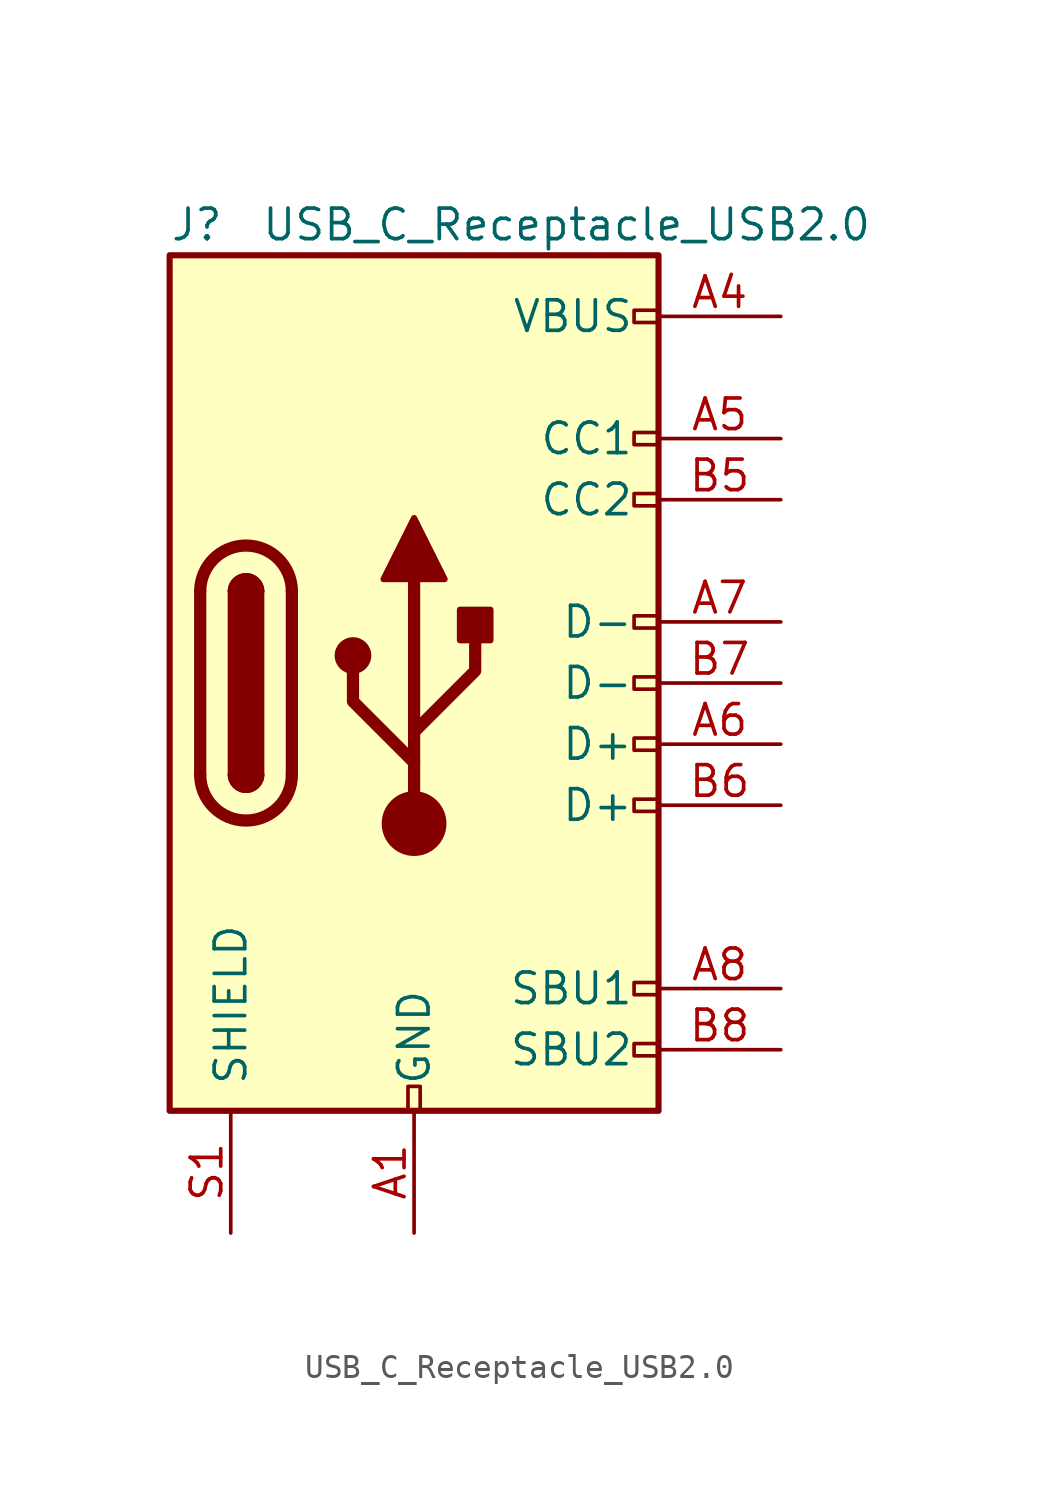
<source format=kicad_sym>
(kicad_symbol_lib
  (version 20220914)
  (generator kicad_symbol_editor)
  (symbol "USB_C_Receptacle_USB2.0"
    (pin_names
      (offset 1.016))
    (property "Reference" "J"
      (at -10.16 19.05 0)
      (effects (font (size 1.27 1.27)) (justify left)))
    (property "Value" "USB_C_Receptacle_USB2.0"
      (at 19.05 19.05 0)
      (effects (font (size 1.27 1.27)) (justify right)))
    (symbol "USB_C_Receptacle_USB2.0_0_0"
      (rectangle (start -0.254 -17.78) (end 0.254 -16.764) (stroke (width 0) (type default)) (fill (type none)))
      (rectangle (start 10.16 -14.986) (end 9.144 -15.494) (stroke (width 0) (type default)) (fill (type none)))
      (rectangle (start 10.16 -12.446) (end 9.144 -12.954) (stroke (width 0) (type default)) (fill (type none)))
      (rectangle (start 10.16 -4.826) (end 9.144 -5.334) (stroke (width 0) (type default)) (fill (type none)))
      (rectangle (start 10.16 -2.286) (end 9.144 -2.794) (stroke (width 0) (type default)) (fill (type none)))
      (rectangle (start 10.16 0.254) (end 9.144 -0.254) (stroke (width 0) (type default)) (fill (type none)))
      (rectangle (start 10.16 2.794) (end 9.144 2.286) (stroke (width 0) (type default)) (fill (type none)))
      (rectangle (start 10.16 7.874) (end 9.144 7.366) (stroke (width 0) (type default)) (fill (type none)))
      (rectangle (start 10.16 10.414) (end 9.144 9.906) (stroke (width 0) (type default)) (fill (type none)))
      (rectangle (start 10.16 15.494) (end 9.144 14.986) (stroke (width 0) (type default)) (fill (type none))))
    (symbol "USB_C_Receptacle_USB2.0_0_1"
      (rectangle (start -10.16 17.78) (end 10.16 -17.78) (stroke (width 0.254) (type default)) (fill (type background)))
      (arc (start -8.89 -3.81) (mid -6.985 -5.7067) (end -5.08 -3.81) (stroke (width 0.508) (type default)) (fill (type none)))
      (arc (start -7.62 -3.81) (mid -6.985 -4.4423) (end -6.35 -3.81) (stroke (width 0.254) (type default)) (fill (type none)))
      (arc (start -7.62 -3.81) (mid -6.985 -4.4423) (end -6.35 -3.81) (stroke (width 0.254) (type default)) (fill (type outline)))
      (rectangle (start -7.62 -3.81) (end -6.35 3.81) (stroke (width 0.254) (type default)) (fill (type outline)))
      (arc (start -6.35 3.81) (mid -6.985 4.4423) (end -7.62 3.81) (stroke (width 0.254) (type default)) (fill (type none)))
      (arc (start -6.35 3.81) (mid -6.985 4.4423) (end -7.62 3.81) (stroke (width 0.254) (type default)) (fill (type outline)))
      (arc (start -5.08 3.81) (mid -6.985 5.7067) (end -8.89 3.81) (stroke (width 0.508) (type default)) (fill (type none)))
      (circle (center -2.54 1.143) (radius 0.635) (stroke (width 0.254) (type default)) (fill (type outline)))
      (circle (center 0 -5.842) (radius 1.27) (stroke (width 0) (type default)) (fill (type outline)))
      (polyline (pts (xy -8.89 -3.81) (xy -8.89 3.81)) (stroke (width 0.508) (type default)) (fill (type none)))
      (polyline (pts (xy -5.08 3.81) (xy -5.08 -3.81)) (stroke (width 0.508) (type default)) (fill (type none)))
      (polyline (pts (xy 0 -5.842) (xy 0 4.318)) (stroke (width 0.508) (type default)) (fill (type none)))
      (polyline (pts (xy 0 -3.302) (xy -2.54 -0.762) (xy -2.54 0.508)) (stroke (width 0.508) (type default)) (fill (type none)))
      (polyline (pts (xy 0 -2.032) (xy 2.54 0.508) (xy 2.54 1.778)) (stroke (width 0.508) (type default)) (fill (type none)))
      (polyline (pts (xy -1.27 4.318) (xy 0 6.858) (xy 1.27 4.318) (xy -1.27 4.318)) (stroke (width 0.254) (type default)) (fill (type outline)))
      (rectangle (start 1.905 1.778) (end 3.175 3.048) (stroke (width 0.254) (type default)) (fill (type outline))))
    (symbol "USB_C_Receptacle_USB2.0_1_1"
      (pin passive line (at 0 -22.86 90) (length 5.08) (name "GND" (effects (font (size 1.27 1.27)))) (number "A1" (effects (font (size 1.27 1.27)))))
      (pin passive line (at 0 -22.86 90) (length 5.08) hide (name "GND" (effects (font (size 1.27 1.27)))) (number "A12" (effects (font (size 1.27 1.27)))))
      (pin passive line (at 15.24 15.24 180) (length 5.08) (name "VBUS" (effects (font (size 1.27 1.27)))) (number "A4" (effects (font (size 1.27 1.27)))))
      (pin bidirectional line (at 15.24 10.16 180) (length 5.08) (name "CC1" (effects (font (size 1.27 1.27)))) (number "A5" (effects (font (size 1.27 1.27)))))
      (pin bidirectional line (at 15.24 -2.54 180) (length 5.08) (name "D+" (effects (font (size 1.27 1.27)))) (number "A6" (effects (font (size 1.27 1.27)))))
      (pin bidirectional line (at 15.24 2.54 180) (length 5.08) (name "D-" (effects (font (size 1.27 1.27)))) (number "A7" (effects (font (size 1.27 1.27)))))
      (pin bidirectional line (at 15.24 -12.7 180) (length 5.08) (name "SBU1" (effects (font (size 1.27 1.27)))) (number "A8" (effects (font (size 1.27 1.27)))))
      (pin passive line (at 15.24 15.24 180) (length 5.08) hide (name "VBUS" (effects (font (size 1.27 1.27)))) (number "A9" (effects (font (size 1.27 1.27)))))
      (pin passive line (at 0 -22.86 90) (length 5.08) hide (name "GND" (effects (font (size 1.27 1.27)))) (number "B1" (effects (font (size 1.27 1.27)))))
      (pin passive line (at 0 -22.86 90) (length 5.08) hide (name "GND" (effects (font (size 1.27 1.27)))) (number "B12" (effects (font (size 1.27 1.27)))))
      (pin passive line (at 15.24 15.24 180) (length 5.08) hide (name "VBUS" (effects (font (size 1.27 1.27)))) (number "B4" (effects (font (size 1.27 1.27)))))
      (pin bidirectional line (at 15.24 7.62 180) (length 5.08) (name "CC2" (effects (font (size 1.27 1.27)))) (number "B5" (effects (font (size 1.27 1.27)))))
      (pin bidirectional line (at 15.24 -5.08 180) (length 5.08) (name "D+" (effects (font (size 1.27 1.27)))) (number "B6" (effects (font (size 1.27 1.27)))))
      (pin bidirectional line (at 15.24 0 180) (length 5.08) (name "D-" (effects (font (size 1.27 1.27)))) (number "B7" (effects (font (size 1.27 1.27)))))
      (pin bidirectional line (at 15.24 -15.24 180) (length 5.08) (name "SBU2" (effects (font (size 1.27 1.27)))) (number "B8" (effects (font (size 1.27 1.27)))))
      (pin passive line (at 15.24 15.24 180) (length 5.08) hide (name "VBUS" (effects (font (size 1.27 1.27)))) (number "B9" (effects (font (size 1.27 1.27)))))
      (pin passive line (at -7.62 -22.86 90) (length 5.08) (name "SHIELD" (effects (font (size 1.27 1.27)))) (number "S1" (effects (font (size 1.27 1.27)))))
      (pin passive line (at -7.62 -22.86 90) (length 5.08) hide (name "SHIELD" (effects (font (size 1.27 1.27)))) (number "S2" (effects (font (size 1.27 1.27)))))
      (pin passive line (at -7.62 -22.86 90) (length 5.08) hide (name "SHIELD" (effects (font (size 1.27 1.27)))) (number "S3" (effects (font (size 1.27 1.27)))))
      (pin passive line (at -7.62 -22.86 90) (length 5.08) hide (name "SHIELD" (effects (font (size 1.27 1.27)))) (number "S4" (effects (font (size 1.27 1.27))))))))
</source>
